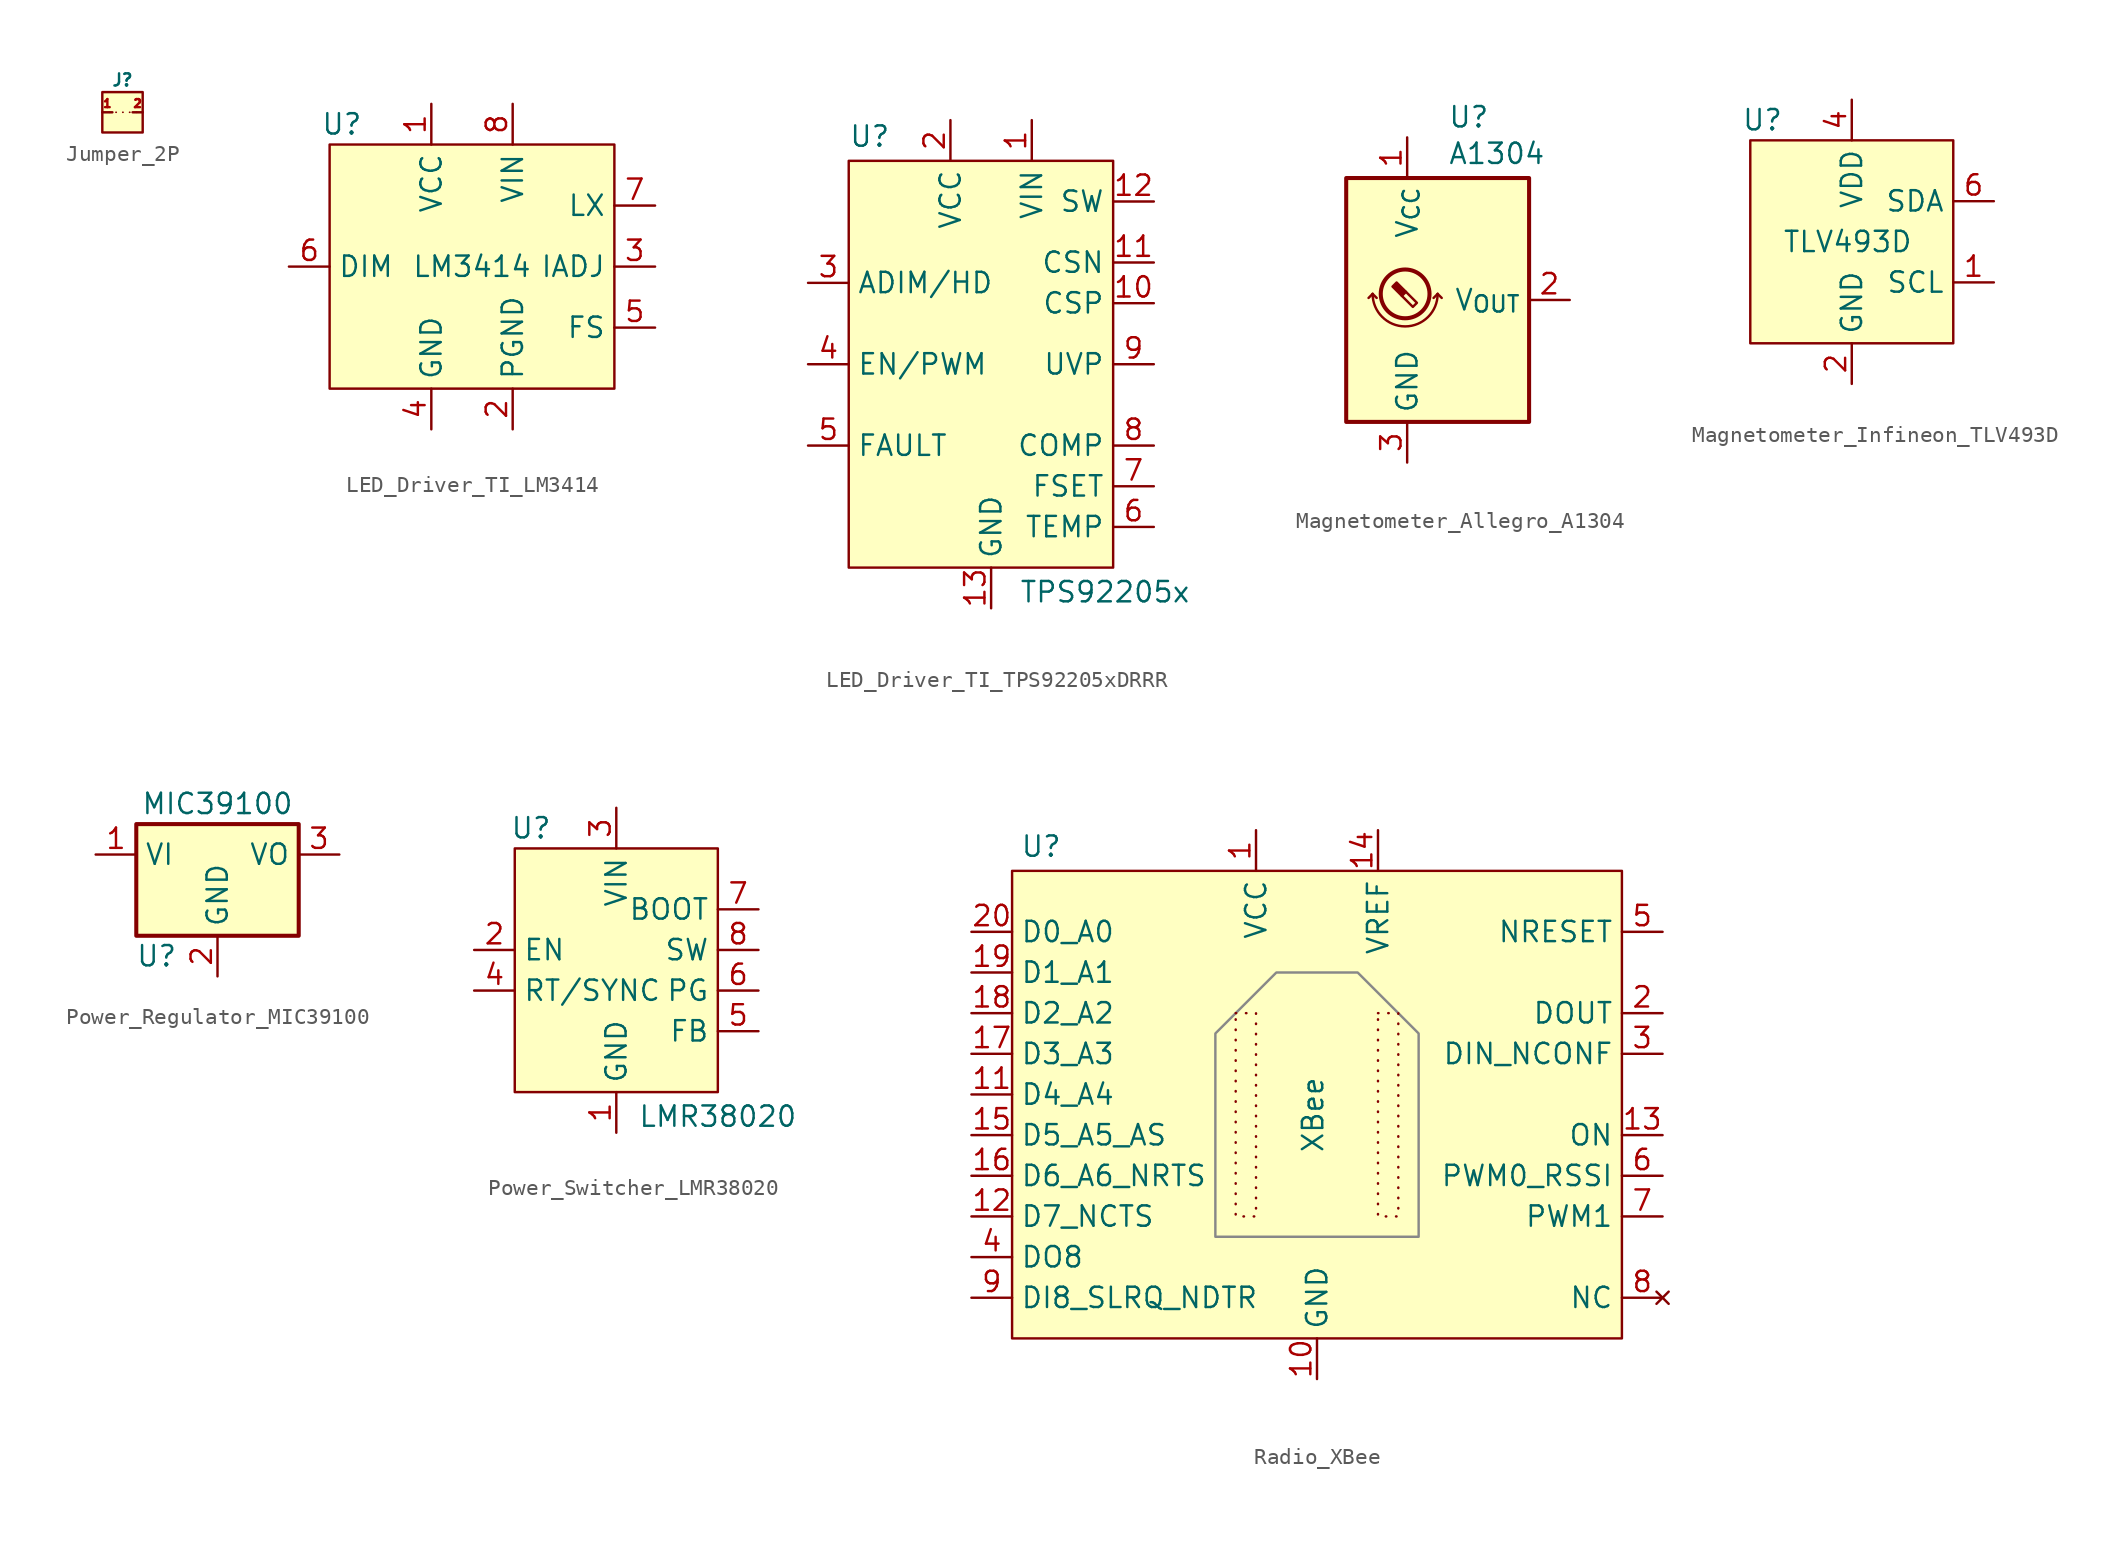
<source format=kicad_sym>
(kicad_symbol_lib
  (version 20241209)
  (generator "kicad_symbol_editor")
  (generator_version "9.0")
  (symbol "Jumper_2P"
    (pin_names
      (offset 1.27))
    (property "Reference" "J"
      (at 0 2.032 0)
      (effects (font (size 0.762 0.762))))
    (property "Value" ""
      (at 0 0 0)
      (effects (font (size 1.27 1.27))))
    (symbol "Jumper_2P_1_1"
      (rectangle (start -1.27 1.27) (end 1.27 -1.27) (stroke (width 0) (type solid)) (fill (type background)))
      (polyline (pts (xy -1.27 0) (xy 1.27 0)) (stroke (width 0.102) (type dot)) (fill (type none)))
      (pin passive line (at -1.27 0 0) (length 0.635) (name "" (effects (font (size 1.27 1.27)))) (number "1" (effects (font (size 0.508 0.508)))))
      (pin passive line (at 1.27 0 180) (length 0.635) (name "" (effects (font (size 1.27 1.27)))) (number "2" (effects (font (size 0.508 0.508)))))))
  (symbol "LED_Driver_TI_LM3414"
    (property "Reference" "U"
      (at -8.128 8.89 0)
      (effects (font (size 1.27 1.27))))
    (property "Value" "LM3414"
      (at 0 0 0)
      (effects (font (size 1.27 1.27))))
    (symbol "LED_Driver_TI_LM3414_1_1"
      (rectangle (start -8.89 7.62) (end 8.89 -7.62) (stroke (width 0) (type solid)) (fill (type background)))
      (pin input line (at -11.43 0 0) (length 2.54) (name "DIM" (effects (font (size 1.27 1.27)))) (number "6" (effects (font (size 1.27 1.27)))))
      (pin power_out line (at -2.54 10.16 270) (length 2.54) (name "VCC" (effects (font (size 1.27 1.27)))) (number "1" (effects (font (size 1.27 1.27)))))
      (pin power_in line (at -2.54 -10.16 90) (length 2.54) (name "GND" (effects (font (size 1.27 1.27)))) (number "4" (effects (font (size 1.27 1.27)))))
      (pin power_in line (at 2.54 10.16 270) (length 2.54) (name "VIN" (effects (font (size 1.27 1.27)))) (number "8" (effects (font (size 1.27 1.27)))))
      (pin power_in line (at 2.54 -10.16 90) (length 2.54) (name "PGND" (effects (font (size 1.27 1.27)))) (number "2" (effects (font (size 1.27 1.27)))))
      (pin passive line (at 2.54 -10.16 90) (length 2.54) (hide yes) (name "EP" (effects (font (size 1.27 1.27)))) (number "9" (effects (font (size 1.27 1.27)))))
      (pin output line (at 11.43 3.81 180) (length 2.54) (name "LX" (effects (font (size 1.27 1.27)))) (number "7" (effects (font (size 1.27 1.27)))))
      (pin input line (at 11.43 0 180) (length 2.54) (name "IADJ" (effects (font (size 1.27 1.27)))) (number "3" (effects (font (size 1.27 1.27)))))
      (pin input line (at 11.43 -3.81 180) (length 2.54) (name "FS" (effects (font (size 1.27 1.27)))) (number "5" (effects (font (size 1.27 1.27)))))))
  (symbol "LED_Driver_TI_TPS92205xDRRR"
    (property "Reference" "U"
      (at -8.89 14.224 0)
      (effects (font (size 1.27 1.27)) (justify left)))
    (property "Value" "TPS92205x"
      (at 7.112 -14.224 0)
      (effects (font (size 1.27 1.27))))
    (symbol "LED_Driver_TI_TPS92205xDRRR_1_1"
      (rectangle (start -8.89 12.7) (end 7.62 -12.7) (stroke (width 0) (type solid)) (fill (type background)))
      (pin input line (at -11.43 5.08 0) (length 2.54) (name "ADIM/HD" (effects (font (size 1.27 1.27)))) (number "3" (effects (font (size 1.27 1.27)))))
      (pin input line (at -11.43 0 0) (length 2.54) (name "EN/PWM" (effects (font (size 1.27 1.27)))) (number "4" (effects (font (size 1.27 1.27)))))
      (pin passive line (at -11.43 -5.08 0) (length 2.54) (name "FAULT" (effects (font (size 1.27 1.27)))) (number "5" (effects (font (size 1.27 1.27)))))
      (pin power_out line (at -2.54 15.24 270) (length 2.54) (name "VCC" (effects (font (size 1.27 1.27)))) (number "2" (effects (font (size 1.27 1.27)))))
      (pin power_in line (at 0 -15.24 90) (length 2.54) (name "GND" (effects (font (size 1.27 1.27)))) (number "13" (effects (font (size 1.27 1.27)))))
      (pin power_in line (at 2.54 15.24 270) (length 2.54) (name "VIN" (effects (font (size 1.27 1.27)))) (number "1" (effects (font (size 1.27 1.27)))))
      (pin power_out line (at 10.16 10.16 180) (length 2.54) (name "SW" (effects (font (size 1.27 1.27)))) (number "12" (effects (font (size 1.27 1.27)))))
      (pin input line (at 10.16 6.35 180) (length 2.54) (name "CSN" (effects (font (size 1.27 1.27)))) (number "11" (effects (font (size 1.27 1.27)))))
      (pin input line (at 10.16 3.81 180) (length 2.54) (name "CSP" (effects (font (size 1.27 1.27)))) (number "10" (effects (font (size 1.27 1.27)))))
      (pin input line (at 10.16 0 180) (length 2.54) (name "UVP" (effects (font (size 1.27 1.27)))) (number "9" (effects (font (size 1.27 1.27)))))
      (pin passive line (at 10.16 -5.08 180) (length 2.54) (name "COMP" (effects (font (size 1.27 1.27)))) (number "8" (effects (font (size 1.27 1.27)))))
      (pin passive line (at 10.16 -7.62 180) (length 2.54) (name "FSET" (effects (font (size 1.27 1.27)))) (number "7" (effects (font (size 1.27 1.27)))))
      (pin passive line (at 10.16 -10.16 180) (length 2.54) (name "TEMP" (effects (font (size 1.27 1.27)))) (number "6" (effects (font (size 1.27 1.27)))))))
  (symbol "Magnetometer_Allegro_A1304"
    (property "Reference" "U"
      (at 0 11.43 0)
      (effects (font (size 1.27 1.27)) (justify left)))
    (property "Value" "A1304"
      (at 0 9.144 0)
      (effects (font (size 1.27 1.27)) (justify left)))
    (symbol "Magnetometer_Allegro_A1304_0_1"
      (rectangle (start -6.35 7.62) (end 5.08 -7.62) (stroke (width 0.254) (type default)) (fill (type background)))
      (polyline (pts (xy -4.699 0.381) (xy -4.953 0.127)) (stroke (width 0) (type default)) (fill (type none)))
      (polyline (pts (xy -4.699 0.381) (xy -4.445 0.127)) (stroke (width 0) (type default)) (fill (type none)))
      (polyline (pts (xy -3.454 0.838) (xy -2.87 0.254) (xy -2.616 0.508) (xy -3.2 1.092) (xy -3.454 0.838)) (stroke (width 0) (type default)) (fill (type outline)))
      (arc (start -0.635 0.381) (mid -2.667 -1.651) (end -4.699 0.381) (stroke (width 0) (type default)) (fill (type none)))
      (polyline (pts (xy -0.635 0.381) (xy -0.889 0.127)) (stroke (width 0) (type default)) (fill (type none)))
      (polyline (pts (xy -0.635 0.381) (xy -0.381 0.127)) (stroke (width 0) (type default)) (fill (type none))))
    (symbol "Magnetometer_Allegro_A1304_1_1"
      (circle (center -2.667 0.381) (radius 1.524) (stroke (width 0.254) (type default)) (fill (type none)))
      (polyline (pts (xy -2.616 0.508) (xy -1.93 -0.178) (xy -2.184 -0.432) (xy -2.87 0.254)) (stroke (width 0) (type default)) (fill (type none)))
      (pin power_in line (at -2.54 10.16 270) (length 2.54) (name "V_{CC}" (effects (font (size 1.27 1.27)))) (number "1" (effects (font (size 1.27 1.27)))))
      (pin power_in line (at -2.54 -10.16 90) (length 2.54) (name "GND" (effects (font (size 1.27 1.27)))) (number "3" (effects (font (size 1.27 1.27)))))
      (pin output line (at 7.62 0 180) (length 2.54) (name "V_{OUT}" (effects (font (size 1.27 1.27)))) (number "2" (effects (font (size 1.27 1.27)))))))
  (symbol "Magnetometer_Infineon_TLV493D"
    (property "Reference" "U"
      (at -5.588 7.62 0)
      (effects (font (size 1.27 1.27))))
    (property "Value" "TLV493D"
      (at -0.254 0 0)
      (effects (font (size 1.27 1.27))))
    (symbol "Magnetometer_Infineon_TLV493D_1_1"
      (rectangle (start -6.35 6.35) (end 6.35 -6.35) (stroke (width 0) (type solid)) (fill (type background)))
      (pin power_in line (at 0 8.89 270) (length 2.54) (name "VDD" (effects (font (size 1.27 1.27)))) (number "4" (effects (font (size 1.27 1.27)))))
      (pin power_in line (at 0 -8.89 90) (length 2.54) (name "GND" (effects (font (size 1.27 1.27)))) (number "2" (effects (font (size 1.27 1.27)))))
      (pin passive line (at 0 -8.89 90) (length 2.54) (hide yes) (name "GND" (effects (font (size 1.27 1.27)))) (number "3" (effects (font (size 1.27 1.27)))))
      (pin passive line (at 0 -8.89 90) (length 2.54) (hide yes) (name "GND" (effects (font (size 1.27 1.27)))) (number "5" (effects (font (size 1.27 1.27)))))
      (pin open_collector line (at 8.89 2.54 180) (length 2.54) (name "SDA" (effects (font (size 1.27 1.27)))) (number "6" (effects (font (size 1.27 1.27)))))
      (pin input line (at 8.89 -2.54 180) (length 2.54) (name "SCL" (effects (font (size 1.27 1.27)))) (number "1" (effects (font (size 1.27 1.27)))))))
  (symbol "Power_Regulator_MIC39100"
    (property "Reference" "U"
      (at -3.81 -6.35 0)
      (effects (font (size 1.27 1.27))))
    (property "Value" "MIC39100"
      (at 0 3.175 0)
      (effects (font (size 1.27 1.27))))
    (symbol "Power_Regulator_MIC39100_0_1"
      (rectangle (start -5.08 -5.08) (end 5.08 1.905) (stroke (width 0.254) (type default)) (fill (type background))))
    (symbol "Power_Regulator_MIC39100_1_1"
      (pin power_in line (at -7.62 0 0) (length 2.54) (name "VI" (effects (font (size 1.27 1.27)))) (number "1" (effects (font (size 1.27 1.27)))))
      (pin power_in line (at 0 -7.62 90) (length 2.54) (name "GND" (effects (font (size 1.27 1.27)))) (number "2" (effects (font (size 1.27 1.27)))))
      (pin power_out line (at 7.62 0 180) (length 2.54) (name "VO" (effects (font (size 1.27 1.27)))) (number "3" (effects (font (size 1.27 1.27)))))))
  (symbol "Power_Switcher_LMR38020"
    (property "Reference" "U"
      (at -5.334 8.89 0)
      (effects (font (size 1.27 1.27))))
    (property "Value" "LMR38020"
      (at 6.35 -9.144 0)
      (effects (font (size 1.27 1.27))))
    (symbol "Power_Switcher_LMR38020_1_1"
      (rectangle (start -6.35 7.62) (end 6.35 -7.62) (stroke (width 0) (type default)) (fill (type background)))
      (pin input line (at -8.89 1.27 0) (length 2.54) (name "EN" (effects (font (size 1.27 1.27)))) (number "2" (effects (font (size 1.27 1.27)))))
      (pin passive line (at -8.89 -1.27 0) (length 2.54) (name "RT/SYNC" (effects (font (size 1.27 1.27)))) (number "4" (effects (font (size 1.27 1.27)))))
      (pin power_in line (at 0 10.16 270) (length 2.54) (name "VIN" (effects (font (size 1.27 1.27)))) (number "3" (effects (font (size 1.27 1.27)))))
      (pin power_in line (at 0 -10.16 90) (length 2.54) (name "GND" (effects (font (size 1.27 1.27)))) (number "1" (effects (font (size 1.27 1.27)))))
      (pin power_in line (at 0 -10.16 90) (length 2.54) (hide yes) (name "GND" (effects (font (size 1.27 1.27)))) (number "9" (effects (font (size 1.27 1.27)))))
      (pin passive line (at 8.89 3.81 180) (length 2.54) (name "BOOT" (effects (font (size 1.27 1.27)))) (number "7" (effects (font (size 1.27 1.27)))))
      (pin passive line (at 8.89 1.27 180) (length 2.54) (name "SW" (effects (font (size 1.27 1.27)))) (number "8" (effects (font (size 1.27 1.27)))))
      (pin open_collector line (at 8.89 -1.27 180) (length 2.54) (name "PG" (effects (font (size 1.27 1.27)))) (number "6" (effects (font (size 1.27 1.27)))))
      (pin passive line (at 8.89 -3.81 180) (length 2.54) (name "FB" (effects (font (size 1.27 1.27)))) (number "5" (effects (font (size 1.27 1.27)))))))
  (symbol "Radio_XBee"
    (property "Reference" "U"
      (at -18.542 16.764 0)
      (effects (font (size 1.27 1.27)) (justify left)))
    (property "Value" "XBee"
      (at -0.254 0 90)
      (effects (font (size 1.27 1.27))))
    (symbol "Radio_XBee_1_1"
      (rectangle (start -19.05 15.24) (end 19.05 -13.97) (stroke (width 0) (type default)) (fill (type background)))
      (polyline (pts (xy -6.35 -7.62) (xy -6.35 5.08) (xy -2.54 8.89) (xy 2.54 8.89) (xy 6.35 5.08) (xy 6.35 -7.62) (xy -6.35 -7.62)) (stroke (width 0) (type default) (color 136 136 136 1)) (fill (type none)))
      (rectangle (start -5.08 6.35) (end -3.81 -6.35) (stroke (width 0) (type dot)) (fill (type none)))
      (rectangle (start 3.81 6.35) (end 5.08 -6.35) (stroke (width 0) (type dot)) (fill (type none)))
      (pin bidirectional line (at -21.59 11.43 0) (length 2.54) (name "D0_A0" (effects (font (size 1.27 1.27)))) (number "20" (effects (font (size 1.27 1.27)))))
      (pin bidirectional line (at -21.59 8.89 0) (length 2.54) (name "D1_A1" (effects (font (size 1.27 1.27)))) (number "19" (effects (font (size 1.27 1.27)))))
      (pin bidirectional line (at -21.59 6.35 0) (length 2.54) (name "D2_A2" (effects (font (size 1.27 1.27)))) (number "18" (effects (font (size 1.27 1.27)))))
      (pin bidirectional line (at -21.59 3.81 0) (length 2.54) (name "D3_A3" (effects (font (size 1.27 1.27)))) (number "17" (effects (font (size 1.27 1.27)))))
      (pin bidirectional line (at -21.59 1.27 0) (length 2.54) (name "D4_A4" (effects (font (size 1.27 1.27)))) (number "11" (effects (font (size 1.27 1.27)))))
      (pin bidirectional line (at -21.59 -1.27 0) (length 2.54) (name "D5_A5_AS" (effects (font (size 1.27 1.27)))) (number "15" (effects (font (size 1.27 1.27)))))
      (pin bidirectional line (at -21.59 -3.81 0) (length 2.54) (name "D6_A6_NRTS" (effects (font (size 1.27 1.27)))) (number "16" (effects (font (size 1.27 1.27)))))
      (pin bidirectional line (at -21.59 -6.35 0) (length 2.54) (name "D7_NCTS" (effects (font (size 1.27 1.27)))) (number "12" (effects (font (size 1.27 1.27)))))
      (pin output line (at -21.59 -8.89 0) (length 2.54) (name "DO8" (effects (font (size 1.27 1.27)))) (number "4" (effects (font (size 1.27 1.27)))))
      (pin input line (at -21.59 -11.43 0) (length 2.54) (name "DI8_SLRQ_NDTR" (effects (font (size 1.27 1.27)))) (number "9" (effects (font (size 1.27 1.27)))))
      (pin power_in line (at -3.81 17.78 270) (length 2.54) (name "VCC" (effects (font (size 1.27 1.27)))) (number "1" (effects (font (size 1.27 1.27)))))
      (pin power_in line (at 0 -16.51 90) (length 2.54) (name "GND" (effects (font (size 1.27 1.27)))) (number "10" (effects (font (size 1.27 1.27)))))
      (pin power_in line (at 3.81 17.78 270) (length 2.54) (name "VREF" (effects (font (size 1.27 1.27)))) (number "14" (effects (font (size 1.27 1.27)))))
      (pin input line (at 21.59 11.43 180) (length 2.54) (name "NRESET" (effects (font (size 1.27 1.27)))) (number "5" (effects (font (size 1.27 1.27)))))
      (pin output line (at 21.59 6.35 180) (length 2.54) (name "DOUT" (effects (font (size 1.27 1.27)))) (number "2" (effects (font (size 1.27 1.27)))))
      (pin input line (at 21.59 3.81 180) (length 2.54) (name "DIN_NCONF" (effects (font (size 1.27 1.27)))) (number "3" (effects (font (size 1.27 1.27)))))
      (pin output line (at 21.59 -1.27 180) (length 2.54) (name "ON" (effects (font (size 1.27 1.27)))) (number "13" (effects (font (size 1.27 1.27)))))
      (pin output line (at 21.59 -3.81 180) (length 2.54) (name "PWM0_RSSI" (effects (font (size 1.27 1.27)))) (number "6" (effects (font (size 1.27 1.27)))))
      (pin output line (at 21.59 -6.35 180) (length 2.54) (name "PWM1" (effects (font (size 1.27 1.27)))) (number "7" (effects (font (size 1.27 1.27)))))
      (pin no_connect line (at 21.59 -11.43 180) (length 2.54) (name "NC" (effects (font (size 1.27 1.27)))) (number "8" (effects (font (size 1.27 1.27))))))))
</source>
